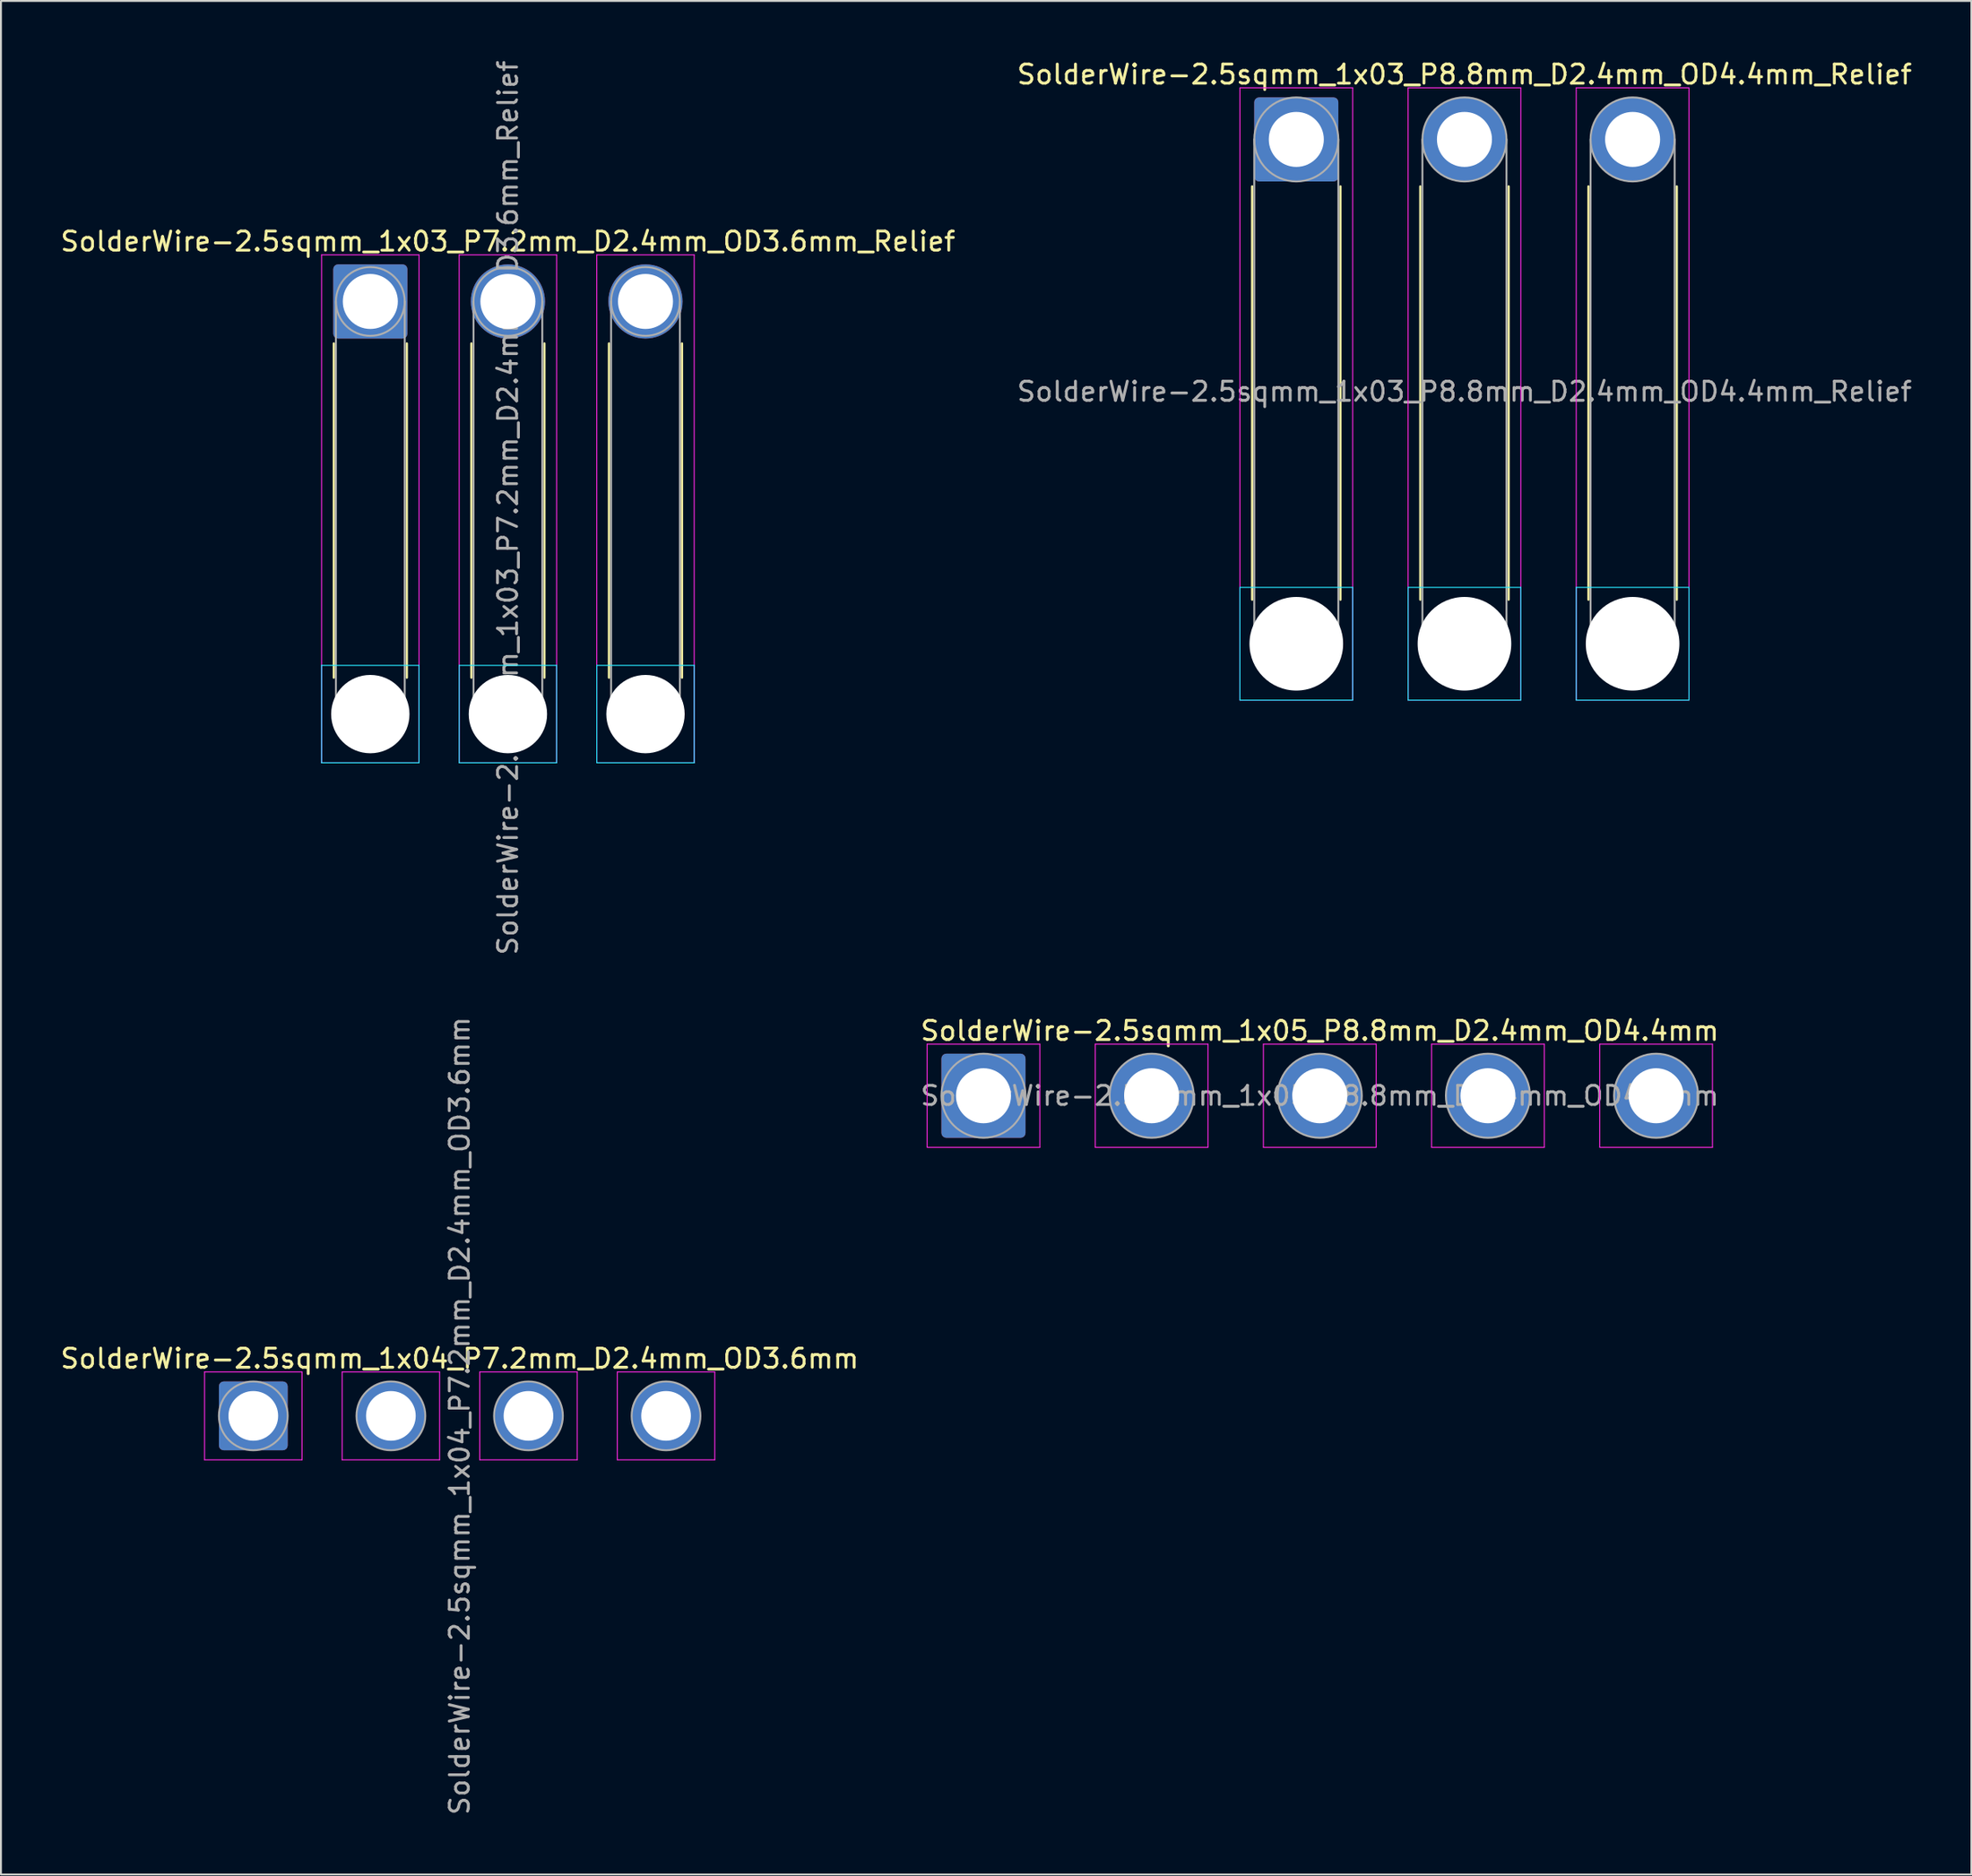
<source format=kicad_pcb>
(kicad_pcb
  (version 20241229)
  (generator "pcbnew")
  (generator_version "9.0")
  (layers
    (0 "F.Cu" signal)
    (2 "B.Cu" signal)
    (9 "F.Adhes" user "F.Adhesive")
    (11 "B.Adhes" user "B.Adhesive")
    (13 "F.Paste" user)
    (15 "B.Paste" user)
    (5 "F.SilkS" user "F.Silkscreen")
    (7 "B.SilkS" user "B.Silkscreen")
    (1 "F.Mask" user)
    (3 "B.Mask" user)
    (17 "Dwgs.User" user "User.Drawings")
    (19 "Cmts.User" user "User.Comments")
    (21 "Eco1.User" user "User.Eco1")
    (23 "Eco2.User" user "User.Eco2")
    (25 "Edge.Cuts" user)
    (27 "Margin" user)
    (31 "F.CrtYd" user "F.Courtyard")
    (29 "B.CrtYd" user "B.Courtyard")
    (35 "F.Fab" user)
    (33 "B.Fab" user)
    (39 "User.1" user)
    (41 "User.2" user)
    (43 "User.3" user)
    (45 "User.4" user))
  (footprint "SolderWire-2.5sqmm_1x04_P7.2mm_D2.4mm_OD3.6mm"
    (layer "F.Cu")
    (at 10.206 71.065)
    (property "Reference" "SolderWire-2.5sqmm_1x04_P7.2mm_D2.4mm_OD3.6mm" (at 10.8 -3 0) (layer "F.SilkS") (effects (font (size 1 1) (thickness 0.15))))
    (attr exclude_from_pos_files exclude_from_bom)
    (fp_line (start -2.55 -2.3) (end -2.55 2.3) (stroke (width 0.05) (type solid)) (layer "F.CrtYd"))
    (fp_line (start -2.55 2.3) (end 2.55 2.3) (stroke (width 0.05) (type solid)) (layer "F.CrtYd"))
    (fp_line (start 2.55 -2.3) (end -2.55 -2.3) (stroke (width 0.05) (type solid)) (layer "F.CrtYd"))
    (fp_line (start 2.55 2.3) (end 2.55 -2.3) (stroke (width 0.05) (type solid)) (layer "F.CrtYd"))
    (fp_line (start 4.65 -2.3) (end 4.65 2.3) (stroke (width 0.05) (type solid)) (layer "F.CrtYd"))
    (fp_line (start 4.65 2.3) (end 9.75 2.3) (stroke (width 0.05) (type solid)) (layer "F.CrtYd"))
    (fp_line (start 9.75 -2.3) (end 4.65 -2.3) (stroke (width 0.05) (type solid)) (layer "F.CrtYd"))
    (fp_line (start 9.75 2.3) (end 9.75 -2.3) (stroke (width 0.05) (type solid)) (layer "F.CrtYd"))
    (fp_line (start 11.85 -2.3) (end 11.85 2.3) (stroke (width 0.05) (type solid)) (layer "F.CrtYd"))
    (fp_line (start 11.85 2.3) (end 16.95 2.3) (stroke (width 0.05) (type solid)) (layer "F.CrtYd"))
    (fp_line (start 16.95 -2.3) (end 11.85 -2.3) (stroke (width 0.05) (type solid)) (layer "F.CrtYd"))
    (fp_line (start 16.95 2.3) (end 16.95 -2.3) (stroke (width 0.05) (type solid)) (layer "F.CrtYd"))
    (fp_line (start 19.05 -2.3) (end 19.05 2.3) (stroke (width 0.05) (type solid)) (layer "F.CrtYd"))
    (fp_line (start 19.05 2.3) (end 24.15 2.3) (stroke (width 0.05) (type solid)) (layer "F.CrtYd"))
    (fp_line (start 24.15 -2.3) (end 19.05 -2.3) (stroke (width 0.05) (type solid)) (layer "F.CrtYd"))
    (fp_line (start 24.15 2.3) (end 24.15 -2.3) (stroke (width 0.05) (type solid)) (layer "F.CrtYd"))
    (fp_circle (center 0 0) (end 1.8 0) (stroke (width 0.1) (type solid)) (fill no) (layer "F.Fab"))
    (fp_circle (center 7.2 0) (end 9 0) (stroke (width 0.1) (type solid)) (fill no) (layer "F.Fab"))
    (fp_circle (center 14.4 0) (end 16.2 0) (stroke (width 0.1) (type solid)) (fill no) (layer "F.Fab"))
    (fp_circle (center 21.6 0) (end 23.4 0) (stroke (width 0.1) (type solid)) (fill no) (layer "F.Fab"))
    (fp_text user "${REFERENCE}" (at 10.8 0 90) (layer "F.Fab") (effects (font (size 1 1) (thickness 0.15))))
    (pad "1" thru_hole roundrect (at 0 0) (size 3.6 3.6) (drill 2.6) (layers "*.Cu" "*.Mask") (roundrect_rratio 0.069))
    (pad "2" thru_hole circle (at 7.2 0) (size 3.6 3.6) (drill 2.6) (layers "*.Cu" "*.Mask"))
    (pad "3" thru_hole circle (at 14.4 0) (size 3.6 3.6) (drill 2.6) (layers "*.Cu" "*.Mask"))
    (pad "4" thru_hole circle (at 21.6 0) (size 3.6 3.6) (drill 2.6) (layers "*.Cu" "*.Mask")))
  (footprint "SolderWire-2.5sqmm_1x03_P7.2mm_D2.4mm_OD3.6mm_Relief"
    (layer "F.Cu")
    (at 16.33 12.73)
    (property "Reference" "SolderWire-2.5sqmm_1x03_P7.2mm_D2.4mm_OD3.6mm_Relief" (at 7.2 -3.14 0) (layer "F.SilkS") (effects (font (size 1 1) (thickness 0.15))))
    (attr exclude_from_pos_files exclude_from_bom)
    (fp_line (start -1.91 2.2) (end -1.91 19.69) (stroke (width 0.12) (type solid)) (layer "F.SilkS"))
    (fp_line (start 1.91 2.2) (end 1.91 19.69) (stroke (width 0.12) (type solid)) (layer "F.SilkS"))
    (fp_line (start 5.29 2.2) (end 5.29 19.69) (stroke (width 0.12) (type solid)) (layer "F.SilkS"))
    (fp_line (start 9.11 2.2) (end 9.11 19.69) (stroke (width 0.12) (type solid)) (layer "F.SilkS"))
    (fp_line (start 12.49 2.2) (end 12.49 19.69) (stroke (width 0.12) (type solid)) (layer "F.SilkS"))
    (fp_line (start 16.31 2.2) (end 16.31 19.69) (stroke (width 0.12) (type solid)) (layer "F.SilkS"))
    (fp_line (start -2.55 19.05) (end -2.55 24.15) (stroke (width 0.05) (type solid)) (layer "B.CrtYd"))
    (fp_line (start -2.55 24.15) (end 2.55 24.15) (stroke (width 0.05) (type solid)) (layer "B.CrtYd"))
    (fp_line (start 2.55 19.05) (end -2.55 19.05) (stroke (width 0.05) (type solid)) (layer "B.CrtYd"))
    (fp_line (start 2.55 24.15) (end 2.55 19.05) (stroke (width 0.05) (type solid)) (layer "B.CrtYd"))
    (fp_line (start 4.65 19.05) (end 4.65 24.15) (stroke (width 0.05) (type solid)) (layer "B.CrtYd"))
    (fp_line (start 4.65 24.15) (end 9.75 24.15) (stroke (width 0.05) (type solid)) (layer "B.CrtYd"))
    (fp_line (start 9.75 19.05) (end 4.65 19.05) (stroke (width 0.05) (type solid)) (layer "B.CrtYd"))
    (fp_line (start 9.75 24.15) (end 9.75 19.05) (stroke (width 0.05) (type solid)) (layer "B.CrtYd"))
    (fp_line (start 11.85 19.05) (end 11.85 24.15) (stroke (width 0.05) (type solid)) (layer "B.CrtYd"))
    (fp_line (start 11.85 24.15) (end 16.95 24.15) (stroke (width 0.05) (type solid)) (layer "B.CrtYd"))
    (fp_line (start 16.95 19.05) (end 11.85 19.05) (stroke (width 0.05) (type solid)) (layer "B.CrtYd"))
    (fp_line (start 16.95 24.15) (end 16.95 19.05) (stroke (width 0.05) (type solid)) (layer "B.CrtYd"))
    (fp_line (start -2.55 -2.44) (end -2.55 24.15) (stroke (width 0.05) (type solid)) (layer "F.CrtYd"))
    (fp_line (start -2.55 24.15) (end 2.55 24.15) (stroke (width 0.05) (type solid)) (layer "F.CrtYd"))
    (fp_line (start 2.55 -2.44) (end -2.55 -2.44) (stroke (width 0.05) (type solid)) (layer "F.CrtYd"))
    (fp_line (start 2.55 24.15) (end 2.55 -2.44) (stroke (width 0.05) (type solid)) (layer "F.CrtYd"))
    (fp_line (start 4.65 -2.44) (end 4.65 24.15) (stroke (width 0.05) (type solid)) (layer "F.CrtYd"))
    (fp_line (start 4.65 24.15) (end 9.75 24.15) (stroke (width 0.05) (type solid)) (layer "F.CrtYd"))
    (fp_line (start 9.75 -2.44) (end 4.65 -2.44) (stroke (width 0.05) (type solid)) (layer "F.CrtYd"))
    (fp_line (start 9.75 24.15) (end 9.75 -2.44) (stroke (width 0.05) (type solid)) (layer "F.CrtYd"))
    (fp_line (start 11.85 -2.44) (end 11.85 24.15) (stroke (width 0.05) (type solid)) (layer "F.CrtYd"))
    (fp_line (start 11.85 24.15) (end 16.95 24.15) (stroke (width 0.05) (type solid)) (layer "F.CrtYd"))
    (fp_line (start 16.95 -2.44) (end 11.85 -2.44) (stroke (width 0.05) (type solid)) (layer "F.CrtYd"))
    (fp_line (start 16.95 24.15) (end 16.95 -2.44) (stroke (width 0.05) (type solid)) (layer "F.CrtYd"))
    (fp_line (start -1.8 0) (end -1.8 21.6) (stroke (width 0.1) (type solid)) (layer "F.Fab"))
    (fp_line (start 1.8 0) (end 1.8 21.6) (stroke (width 0.1) (type solid)) (layer "F.Fab"))
    (fp_line (start 5.4 0) (end 5.4 21.6) (stroke (width 0.1) (type solid)) (layer "F.Fab"))
    (fp_line (start 9 0) (end 9 21.6) (stroke (width 0.1) (type solid)) (layer "F.Fab"))
    (fp_line (start 12.6 0) (end 12.6 21.6) (stroke (width 0.1) (type solid)) (layer "F.Fab"))
    (fp_line (start 16.2 0) (end 16.2 21.6) (stroke (width 0.1) (type solid)) (layer "F.Fab"))
    (fp_circle (center 0 0) (end 1.8 0) (stroke (width 0.1) (type solid)) (fill no) (layer "F.Fab"))
    (fp_circle (center 0 21.6) (end 1.8 21.6) (stroke (width 0.1) (type solid)) (fill no) (layer "F.Fab"))
    (fp_circle (center 7.2 0) (end 9 0) (stroke (width 0.1) (type solid)) (fill no) (layer "F.Fab"))
    (fp_circle (center 7.2 21.6) (end 9 21.6) (stroke (width 0.1) (type solid)) (fill no) (layer "F.Fab"))
    (fp_circle (center 14.4 0) (end 16.2 0) (stroke (width 0.1) (type solid)) (fill no) (layer "F.Fab"))
    (fp_circle (center 14.4 21.6) (end 16.2 21.6) (stroke (width 0.1) (type solid)) (fill no) (layer "F.Fab"))
    (fp_text user "${REFERENCE}" (at 7.2 10.8 90) (layer "F.Fab") (effects (font (size 1 1) (thickness 0.15))))
    (pad "" np_thru_hole circle (at 0 21.6) (size 4.1 4.1) (drill 4.1) (layers "*.Cu" "*.Mask"))
    (pad "" np_thru_hole circle (at 7.2 21.6) (size 4.1 4.1) (drill 4.1) (layers "*.Cu" "*.Mask"))
    (pad "" np_thru_hole circle (at 14.4 21.6) (size 4.1 4.1) (drill 4.1) (layers "*.Cu" "*.Mask"))
    (pad "1" thru_hole roundrect (at 0 0) (size 3.88 3.88) (drill 2.88) (layers "*.Cu" "*.Mask") (roundrect_rratio 0.064))
    (pad "2" thru_hole circle (at 7.2 0) (size 3.88 3.88) (drill 2.88) (layers "*.Cu" "*.Mask"))
    (pad "3" thru_hole circle (at 14.4 0) (size 3.88 3.88) (drill 2.88) (layers "*.Cu" "*.Mask")))
  (footprint "SolderWire-2.5sqmm_1x03_P8.8mm_D2.4mm_OD4.4mm_Relief"
    (layer "F.Cu")
    (at 64.789 4.248)
    (property "Reference" "SolderWire-2.5sqmm_1x03_P8.8mm_D2.4mm_OD4.4mm_Relief" (at 8.8 -3.4 0) (layer "F.SilkS") (effects (font (size 1 1) (thickness 0.15))))
    (attr exclude_from_pos_files exclude_from_bom)
    (fp_line (start -2.31 2.46) (end -2.31 24.09) (stroke (width 0.12) (type solid)) (layer "F.SilkS"))
    (fp_line (start 2.31 2.46) (end 2.31 24.09) (stroke (width 0.12) (type solid)) (layer "F.SilkS"))
    (fp_line (start 6.49 2.46) (end 6.49 24.09) (stroke (width 0.12) (type solid)) (layer "F.SilkS"))
    (fp_line (start 11.11 2.46) (end 11.11 24.09) (stroke (width 0.12) (type solid)) (layer "F.SilkS"))
    (fp_line (start 15.29 2.46) (end 15.29 24.09) (stroke (width 0.12) (type solid)) (layer "F.SilkS"))
    (fp_line (start 19.91 2.46) (end 19.91 24.09) (stroke (width 0.12) (type solid)) (layer "F.SilkS"))
    (fp_line (start -2.95 23.45) (end -2.95 29.35) (stroke (width 0.05) (type solid)) (layer "B.CrtYd"))
    (fp_line (start -2.95 29.35) (end 2.95 29.35) (stroke (width 0.05) (type solid)) (layer "B.CrtYd"))
    (fp_line (start 2.95 23.45) (end -2.95 23.45) (stroke (width 0.05) (type solid)) (layer "B.CrtYd"))
    (fp_line (start 2.95 29.35) (end 2.95 23.45) (stroke (width 0.05) (type solid)) (layer "B.CrtYd"))
    (fp_line (start 5.85 23.45) (end 5.85 29.35) (stroke (width 0.05) (type solid)) (layer "B.CrtYd"))
    (fp_line (start 5.85 29.35) (end 11.75 29.35) (stroke (width 0.05) (type solid)) (layer "B.CrtYd"))
    (fp_line (start 11.75 23.45) (end 5.85 23.45) (stroke (width 0.05) (type solid)) (layer "B.CrtYd"))
    (fp_line (start 11.75 29.35) (end 11.75 23.45) (stroke (width 0.05) (type solid)) (layer "B.CrtYd"))
    (fp_line (start 14.65 23.45) (end 14.65 29.35) (stroke (width 0.05) (type solid)) (layer "B.CrtYd"))
    (fp_line (start 14.65 29.35) (end 20.55 29.35) (stroke (width 0.05) (type solid)) (layer "B.CrtYd"))
    (fp_line (start 20.55 23.45) (end 14.65 23.45) (stroke (width 0.05) (type solid)) (layer "B.CrtYd"))
    (fp_line (start 20.55 29.35) (end 20.55 23.45) (stroke (width 0.05) (type solid)) (layer "B.CrtYd"))
    (fp_line (start -2.95 -2.7) (end -2.95 29.35) (stroke (width 0.05) (type solid)) (layer "F.CrtYd"))
    (fp_line (start -2.95 29.35) (end 2.95 29.35) (stroke (width 0.05) (type solid)) (layer "F.CrtYd"))
    (fp_line (start 2.95 -2.7) (end -2.95 -2.7) (stroke (width 0.05) (type solid)) (layer "F.CrtYd"))
    (fp_line (start 2.95 29.35) (end 2.95 -2.7) (stroke (width 0.05) (type solid)) (layer "F.CrtYd"))
    (fp_line (start 5.85 -2.7) (end 5.85 29.35) (stroke (width 0.05) (type solid)) (layer "F.CrtYd"))
    (fp_line (start 5.85 29.35) (end 11.75 29.35) (stroke (width 0.05) (type solid)) (layer "F.CrtYd"))
    (fp_line (start 11.75 -2.7) (end 5.85 -2.7) (stroke (width 0.05) (type solid)) (layer "F.CrtYd"))
    (fp_line (start 11.75 29.35) (end 11.75 -2.7) (stroke (width 0.05) (type solid)) (layer "F.CrtYd"))
    (fp_line (start 14.65 -2.7) (end 14.65 29.35) (stroke (width 0.05) (type solid)) (layer "F.CrtYd"))
    (fp_line (start 14.65 29.35) (end 20.55 29.35) (stroke (width 0.05) (type solid)) (layer "F.CrtYd"))
    (fp_line (start 20.55 -2.7) (end 14.65 -2.7) (stroke (width 0.05) (type solid)) (layer "F.CrtYd"))
    (fp_line (start 20.55 29.35) (end 20.55 -2.7) (stroke (width 0.05) (type solid)) (layer "F.CrtYd"))
    (fp_line (start -2.2 0) (end -2.2 26.4) (stroke (width 0.1) (type solid)) (layer "F.Fab"))
    (fp_line (start 2.2 0) (end 2.2 26.4) (stroke (width 0.1) (type solid)) (layer "F.Fab"))
    (fp_line (start 6.6 0) (end 6.6 26.4) (stroke (width 0.1) (type solid)) (layer "F.Fab"))
    (fp_line (start 11 0) (end 11 26.4) (stroke (width 0.1) (type solid)) (layer "F.Fab"))
    (fp_line (start 15.4 0) (end 15.4 26.4) (stroke (width 0.1) (type solid)) (layer "F.Fab"))
    (fp_line (start 19.8 0) (end 19.8 26.4) (stroke (width 0.1) (type solid)) (layer "F.Fab"))
    (fp_circle (center 0 0) (end 2.2 0) (stroke (width 0.1) (type solid)) (fill no) (layer "F.Fab"))
    (fp_circle (center 0 26.4) (end 2.2 26.4) (stroke (width 0.1) (type solid)) (fill no) (layer "F.Fab"))
    (fp_circle (center 8.8 0) (end 11 0) (stroke (width 0.1) (type solid)) (fill no) (layer "F.Fab"))
    (fp_circle (center 8.8 26.4) (end 11 26.4) (stroke (width 0.1) (type solid)) (fill no) (layer "F.Fab"))
    (fp_circle (center 17.6 0) (end 19.8 0) (stroke (width 0.1) (type solid)) (fill no) (layer "F.Fab"))
    (fp_circle (center 17.6 26.4) (end 19.8 26.4) (stroke (width 0.1) (type solid)) (fill no) (layer "F.Fab"))
    (fp_text user "${REFERENCE}" (at 8.8 13.2 0) (layer "F.Fab") (effects (font (size 1 1) (thickness 0.15))))
    (pad "" np_thru_hole circle (at 0 26.4) (size 4.9 4.9) (drill 4.9) (layers "*.Cu" "*.Mask"))
    (pad "" np_thru_hole circle (at 8.8 26.4) (size 4.9 4.9) (drill 4.9) (layers "*.Cu" "*.Mask"))
    (pad "" np_thru_hole circle (at 17.6 26.4) (size 4.9 4.9) (drill 4.9) (layers "*.Cu" "*.Mask"))
    (pad "1" thru_hole roundrect (at 0 0) (size 4.4 4.4) (drill 2.88) (layers "*.Cu" "*.Mask") (roundrect_rratio 0.057))
    (pad "2" thru_hole circle (at 8.8 0) (size 4.4 4.4) (drill 2.88) (layers "*.Cu" "*.Mask"))
    (pad "3" thru_hole circle (at 17.6 0) (size 4.4 4.4) (drill 2.88) (layers "*.Cu" "*.Mask")))
  (footprint "SolderWire-2.5sqmm_1x05_P8.8mm_D2.4mm_OD4.4mm"
    (layer "F.Cu")
    (at 48.418 54.308)
    (property "Reference" "SolderWire-2.5sqmm_1x05_P8.8mm_D2.4mm_OD4.4mm" (at 17.6 -3.4 0) (layer "F.SilkS") (effects (font (size 1 1) (thickness 0.15))))
    (attr exclude_from_pos_files exclude_from_bom)
    (fp_line (start -2.95 -2.7) (end -2.95 2.7) (stroke (width 0.05) (type solid)) (layer "F.CrtYd"))
    (fp_line (start -2.95 2.7) (end 2.95 2.7) (stroke (width 0.05) (type solid)) (layer "F.CrtYd"))
    (fp_line (start 2.95 -2.7) (end -2.95 -2.7) (stroke (width 0.05) (type solid)) (layer "F.CrtYd"))
    (fp_line (start 2.95 2.7) (end 2.95 -2.7) (stroke (width 0.05) (type solid)) (layer "F.CrtYd"))
    (fp_line (start 5.85 -2.7) (end 5.85 2.7) (stroke (width 0.05) (type solid)) (layer "F.CrtYd"))
    (fp_line (start 5.85 2.7) (end 11.75 2.7) (stroke (width 0.05) (type solid)) (layer "F.CrtYd"))
    (fp_line (start 11.75 -2.7) (end 5.85 -2.7) (stroke (width 0.05) (type solid)) (layer "F.CrtYd"))
    (fp_line (start 11.75 2.7) (end 11.75 -2.7) (stroke (width 0.05) (type solid)) (layer "F.CrtYd"))
    (fp_line (start 14.65 -2.7) (end 14.65 2.7) (stroke (width 0.05) (type solid)) (layer "F.CrtYd"))
    (fp_line (start 14.65 2.7) (end 20.55 2.7) (stroke (width 0.05) (type solid)) (layer "F.CrtYd"))
    (fp_line (start 20.55 -2.7) (end 14.65 -2.7) (stroke (width 0.05) (type solid)) (layer "F.CrtYd"))
    (fp_line (start 20.55 2.7) (end 20.55 -2.7) (stroke (width 0.05) (type solid)) (layer "F.CrtYd"))
    (fp_line (start 23.45 -2.7) (end 23.45 2.7) (stroke (width 0.05) (type solid)) (layer "F.CrtYd"))
    (fp_line (start 23.45 2.7) (end 29.35 2.7) (stroke (width 0.05) (type solid)) (layer "F.CrtYd"))
    (fp_line (start 29.35 -2.7) (end 23.45 -2.7) (stroke (width 0.05) (type solid)) (layer "F.CrtYd"))
    (fp_line (start 29.35 2.7) (end 29.35 -2.7) (stroke (width 0.05) (type solid)) (layer "F.CrtYd"))
    (fp_line (start 32.25 -2.7) (end 32.25 2.7) (stroke (width 0.05) (type solid)) (layer "F.CrtYd"))
    (fp_line (start 32.25 2.7) (end 38.15 2.7) (stroke (width 0.05) (type solid)) (layer "F.CrtYd"))
    (fp_line (start 38.15 -2.7) (end 32.25 -2.7) (stroke (width 0.05) (type solid)) (layer "F.CrtYd"))
    (fp_line (start 38.15 2.7) (end 38.15 -2.7) (stroke (width 0.05) (type solid)) (layer "F.CrtYd"))
    (fp_circle (center 0 0) (end 2.2 0) (stroke (width 0.1) (type solid)) (fill no) (layer "F.Fab"))
    (fp_circle (center 8.8 0) (end 11 0) (stroke (width 0.1) (type solid)) (fill no) (layer "F.Fab"))
    (fp_circle (center 17.6 0) (end 19.8 0) (stroke (width 0.1) (type solid)) (fill no) (layer "F.Fab"))
    (fp_circle (center 26.4 0) (end 28.6 0) (stroke (width 0.1) (type solid)) (fill no) (layer "F.Fab"))
    (fp_circle (center 35.2 0) (end 37.4 0) (stroke (width 0.1) (type solid)) (fill no) (layer "F.Fab"))
    (fp_text user "${REFERENCE}" (at 17.6 0 0) (layer "F.Fab") (effects (font (size 1 1) (thickness 0.15))))
    (pad "1" thru_hole roundrect (at 0 0) (size 4.4 4.4) (drill 2.88) (layers "*.Cu" "*.Mask") (roundrect_rratio 0.057))
    (pad "2" thru_hole circle (at 8.8 0) (size 4.4 4.4) (drill 2.88) (layers "*.Cu" "*.Mask"))
    (pad "3" thru_hole circle (at 17.6 0) (size 4.4 4.4) (drill 2.88) (layers "*.Cu" "*.Mask"))
    (pad "4" thru_hole circle (at 26.4 0) (size 4.4 4.4) (drill 2.88) (layers "*.Cu" "*.Mask"))
    (pad "5" thru_hole circle (at 35.2 0) (size 4.4 4.4) (drill 2.88) (layers "*.Cu" "*.Mask")))
  (gr_rect
    (start -3 -3)
    (end 100.119 95.071)
    (stroke (width 0.1) (type default))
    (fill no)
    (layer "Edge.Cuts")))
</source>
